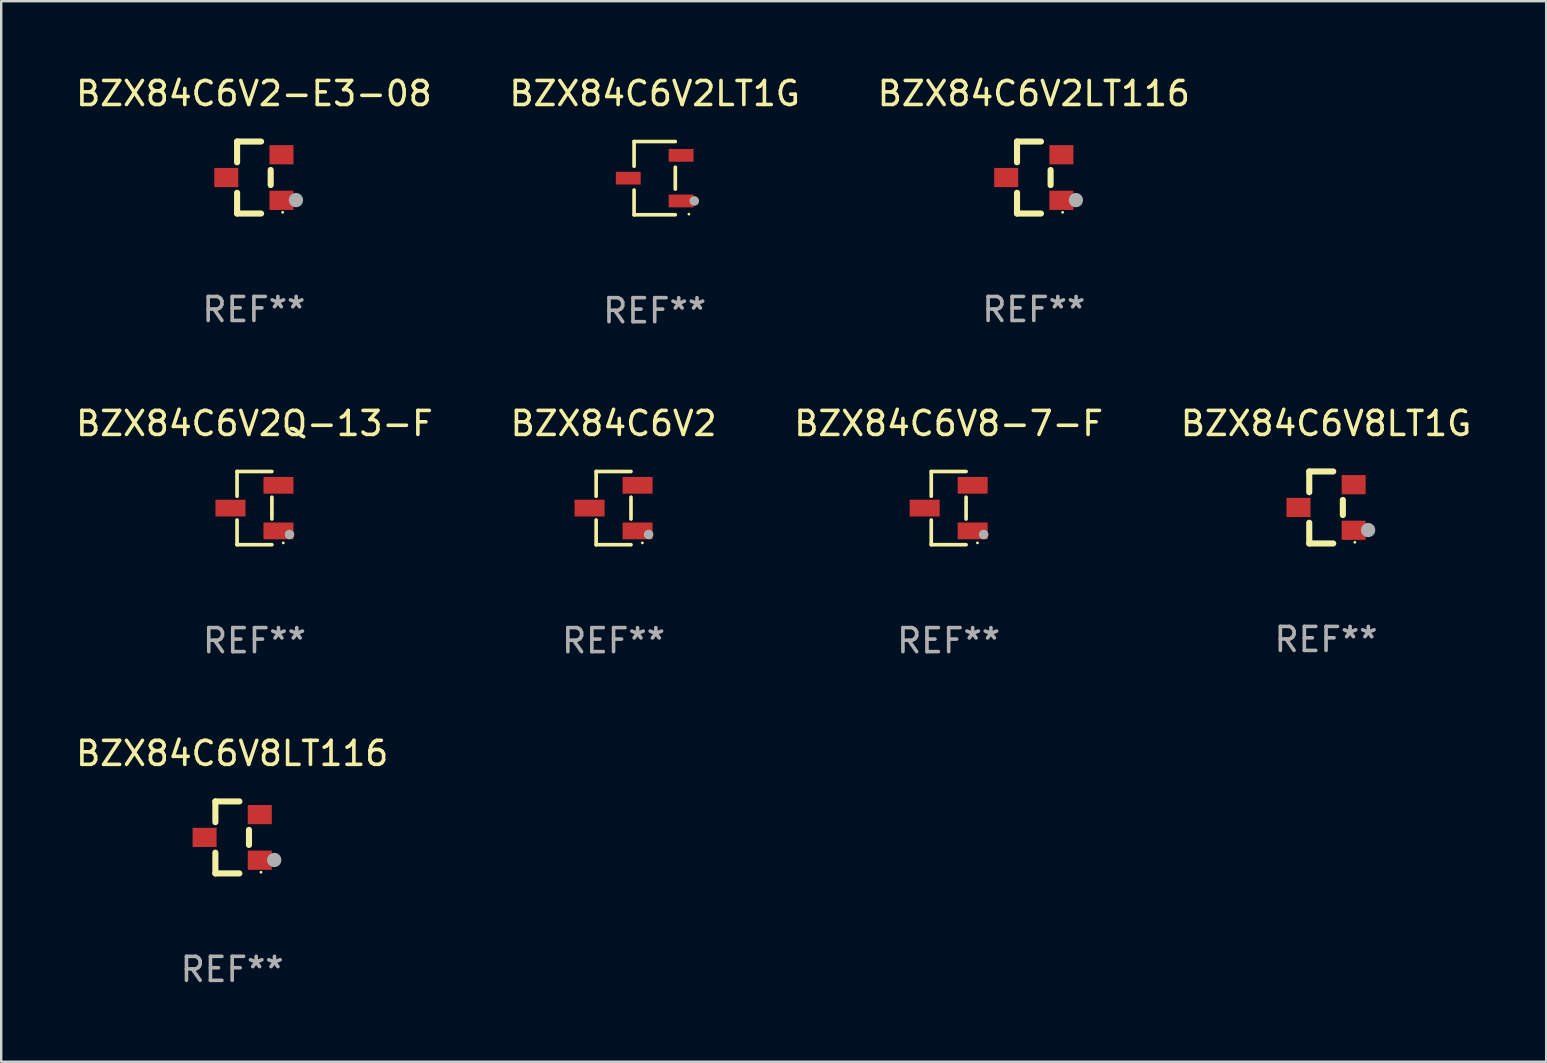
<source format=kicad_pcb>
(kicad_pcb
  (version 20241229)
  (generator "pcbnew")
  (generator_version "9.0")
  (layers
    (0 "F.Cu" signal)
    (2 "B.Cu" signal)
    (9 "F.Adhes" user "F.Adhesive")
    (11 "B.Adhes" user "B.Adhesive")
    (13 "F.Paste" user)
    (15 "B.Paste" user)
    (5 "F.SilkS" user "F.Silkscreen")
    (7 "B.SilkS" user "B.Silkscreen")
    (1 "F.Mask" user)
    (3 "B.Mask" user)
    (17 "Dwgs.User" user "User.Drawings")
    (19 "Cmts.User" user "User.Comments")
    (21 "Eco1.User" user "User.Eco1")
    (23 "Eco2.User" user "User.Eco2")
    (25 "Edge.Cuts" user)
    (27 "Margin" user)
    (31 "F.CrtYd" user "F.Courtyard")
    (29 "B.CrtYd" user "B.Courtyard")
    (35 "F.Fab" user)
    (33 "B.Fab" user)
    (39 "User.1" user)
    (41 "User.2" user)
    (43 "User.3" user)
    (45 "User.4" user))
  (footprint "BZX84C6V2-E3-08"
    (layer "F.Cu")
    (at 7.53 4.348)
    (property "Reference" "BZX84C6V2-E3-08" (at 0 -3.5 0) (layer "F.SilkS") (effects (font (size 1 1) (thickness 0.15))))
    (attr through_hole)
    (fp_line (start -0.7 -1.5) (end 0.3 -1.5) (stroke (width 0.254) (type solid)) (layer "F.SilkS"))
    (fp_line (start -0.7 -0.636) (end -0.7 -1.5) (stroke (width 0.254) (type solid)) (layer "F.SilkS"))
    (fp_line (start -0.7 1.5) (end -0.7 0.636) (stroke (width 0.254) (type solid)) (layer "F.SilkS"))
    (fp_line (start -0.7 1.5) (end 0.3 1.5) (stroke (width 0.254) (type solid)) (layer "F.SilkS"))
    (fp_line (start 0.7 0.314) (end 0.7 -0.314) (stroke (width 0.254) (type solid)) (layer "F.SilkS"))
    (fp_circle (center 1.2 1.45) (end 1.23 1.45) (stroke (width 0.06) (type solid)) (fill no) (layer "F.SilkS"))
    (fp_circle (center 1.753 0.94) (end 1.903 0.94) (stroke (width 0.3) (type solid)) (fill no) (layer "F.Fab"))
    (fp_text user "REF**" (at 0 5.5 0) (layer "F.Fab") (effects (font (size 1 1) (thickness 0.15))))
    (pad "1" smd rect (at 1.15 0.95 180) (size 1 0.8) (layers "F.Cu" "F.Mask" "F.Paste"))
    (pad "2" smd rect (at 1.15 -0.95 180) (size 1 0.8) (layers "F.Cu" "F.Mask" "F.Paste"))
    (pad "3" smd rect (at -1.15 -0.000051 180) (size 1 0.8) (layers "F.Cu" "F.Mask" "F.Paste")))
  (footprint "BZX84C6V2LT1G"
    (layer "F.Cu")
    (at 24.232 4.374)
    (property "Reference" "BZX84C6V2LT1G" (at 0 -3.526 0) (layer "F.SilkS") (effects (font (size 1 1) (thickness 0.15))))
    (attr through_hole)
    (fp_line (start -0.859 -1.526) (end -0.859 -0.495) (stroke (width 0.152) (type solid)) (layer "F.SilkS"))
    (fp_line (start -0.859 1.526) (end -0.859 0.495) (stroke (width 0.152) (type solid)) (layer "F.SilkS"))
    (fp_line (start 0.859 -1.526) (end -0.859 -1.526) (stroke (width 0.152) (type solid)) (layer "F.SilkS"))
    (fp_line (start 0.859 -0.455) (end 0.859 0.455) (stroke (width 0.152) (type solid)) (layer "F.SilkS"))
    (fp_line (start 0.859 1.526) (end -0.859 1.526) (stroke (width 0.152) (type solid)) (layer "F.SilkS"))
    (fp_circle (center 1.425 1.5) (end 1.455 1.5) (stroke (width 0.06) (type solid)) (fill no) (layer "F.SilkS"))
    (fp_circle (center 1.65 0.95) (end 1.75 0.95) (stroke (width 0.2) (type solid)) (fill no) (layer "F.Fab"))
    (fp_text user "REF**" (at 0 5.526 0) (layer "F.Fab") (effects (font (size 1 1) (thickness 0.15))))
    (pad "1" smd rect (at 1.101 0.95) (size 1.037 0.532) (layers "F.Cu" "F.Mask" "F.Paste"))
    (pad "2" smd rect (at 1.101 -0.95) (size 1.037 0.532) (layers "F.Cu" "F.Mask" "F.Paste"))
    (pad "3" smd rect (at -1.101 0) (size 1.037 0.532) (layers "F.Cu" "F.Mask" "F.Paste")))
  (footprint "BZX84C6V8-7-F"
    (layer "F.Cu")
    (at 36.482 18.123)
    (property "Reference" "BZX84C6V8-7-F" (at 0 -3.526 0) (layer "F.SilkS") (effects (font (size 1 1) (thickness 0.15))))
    (attr through_hole)
    (fp_line (start -0.726 -1.526) (end -0.726 -0.495) (stroke (width 0.152) (type solid)) (layer "F.SilkS"))
    (fp_line (start -0.726 1.526) (end -0.726 0.495) (stroke (width 0.152) (type solid)) (layer "F.SilkS"))
    (fp_line (start 0.726 -1.526) (end -0.726 -1.526) (stroke (width 0.152) (type solid)) (layer "F.SilkS"))
    (fp_line (start 0.726 -0.455) (end 0.726 0.455) (stroke (width 0.152) (type solid)) (layer "F.SilkS"))
    (fp_line (start 0.726 1.526) (end -0.726 1.526) (stroke (width 0.152) (type solid)) (layer "F.SilkS"))
    (fp_circle (center 1.2 1.45) (end 1.23 1.45) (stroke (width 0.06) (type solid)) (fill no) (layer "F.SilkS"))
    (fp_circle (center 1.46 1.1) (end 1.56 1.1) (stroke (width 0.2) (type solid)) (fill no) (layer "F.Fab"))
    (fp_text user "REF**" (at 0 5.526 0) (layer "F.Fab") (effects (font (size 1 1) (thickness 0.15))))
    (pad "1" smd rect (at 1 0.95) (size 1.25 0.7) (layers "F.Cu" "F.Mask" "F.Paste"))
    (pad "2" smd rect (at 1 -0.95) (size 1.25 0.7) (layers "F.Cu" "F.Mask" "F.Paste"))
    (pad "3" smd rect (at -1 0) (size 1.25 0.7) (layers "F.Cu" "F.Mask" "F.Paste")))
  (footprint "BZX84C6V2LT116"
    (layer "F.Cu")
    (at 40.03 4.348)
    (property "Reference" "BZX84C6V2LT116" (at 0 -3.5 0) (layer "F.SilkS") (effects (font (size 1 1) (thickness 0.15))))
    (attr through_hole)
    (fp_line (start -0.7 -1.5) (end 0.3 -1.5) (stroke (width 0.254) (type solid)) (layer "F.SilkS"))
    (fp_line (start -0.7 -0.636) (end -0.7 -1.5) (stroke (width 0.254) (type solid)) (layer "F.SilkS"))
    (fp_line (start -0.7 1.5) (end -0.7 0.636) (stroke (width 0.254) (type solid)) (layer "F.SilkS"))
    (fp_line (start -0.7 1.5) (end 0.3 1.5) (stroke (width 0.254) (type solid)) (layer "F.SilkS"))
    (fp_line (start 0.7 0.314) (end 0.7 -0.314) (stroke (width 0.254) (type solid)) (layer "F.SilkS"))
    (fp_circle (center 1.2 1.45) (end 1.23 1.45) (stroke (width 0.06) (type solid)) (fill no) (layer "F.SilkS"))
    (fp_circle (center 1.753 0.94) (end 1.903 0.94) (stroke (width 0.3) (type solid)) (fill no) (layer "F.Fab"))
    (fp_text user "REF**" (at 0 5.5 0) (layer "F.Fab") (effects (font (size 1 1) (thickness 0.15))))
    (pad "1" smd rect (at 1.15 0.95 180) (size 1 0.8) (layers "F.Cu" "F.Mask" "F.Paste"))
    (pad "2" smd rect (at 1.15 -0.95 180) (size 1 0.8) (layers "F.Cu" "F.Mask" "F.Paste"))
    (pad "3" smd rect (at -1.15 -0.000051 180) (size 1 0.8) (layers "F.Cu" "F.Mask" "F.Paste")))
  (footprint "BZX84C6V2Q-13-F"
    (layer "F.Cu")
    (at 7.554 18.123)
    (property "Reference" "BZX84C6V2Q-13-F" (at 0 -3.526 0) (layer "F.SilkS") (effects (font (size 1 1) (thickness 0.15))))
    (attr through_hole)
    (fp_line (start -0.726 -1.526) (end -0.726 -0.495) (stroke (width 0.152) (type solid)) (layer "F.SilkS"))
    (fp_line (start -0.726 1.526) (end -0.726 0.495) (stroke (width 0.152) (type solid)) (layer "F.SilkS"))
    (fp_line (start 0.726 -1.526) (end -0.726 -1.526) (stroke (width 0.152) (type solid)) (layer "F.SilkS"))
    (fp_line (start 0.726 -0.455) (end 0.726 0.455) (stroke (width 0.152) (type solid)) (layer "F.SilkS"))
    (fp_line (start 0.726 1.526) (end -0.726 1.526) (stroke (width 0.152) (type solid)) (layer "F.SilkS"))
    (fp_circle (center 1.2 1.45) (end 1.23 1.45) (stroke (width 0.06) (type solid)) (fill no) (layer "F.SilkS"))
    (fp_circle (center 1.46 1.1) (end 1.56 1.1) (stroke (width 0.2) (type solid)) (fill no) (layer "F.Fab"))
    (fp_text user "REF**" (at 0 5.526 0) (layer "F.Fab") (effects (font (size 1 1) (thickness 0.15))))
    (pad "1" smd rect (at 1 0.95) (size 1.25 0.7) (layers "F.Cu" "F.Mask" "F.Paste"))
    (pad "2" smd rect (at 1 -0.95) (size 1.25 0.7) (layers "F.Cu" "F.Mask" "F.Paste"))
    (pad "3" smd rect (at -1 0) (size 1.25 0.7) (layers "F.Cu" "F.Mask" "F.Paste")))
  (footprint "BZX84C6V8LT116"
    (layer "F.Cu")
    (at 6.625 31.846)
    (property "Reference" "BZX84C6V8LT116" (at 0 -3.5 0) (layer "F.SilkS") (effects (font (size 1 1) (thickness 0.15))))
    (attr through_hole)
    (fp_line (start -0.7 -1.5) (end 0.3 -1.5) (stroke (width 0.254) (type solid)) (layer "F.SilkS"))
    (fp_line (start -0.7 -0.636) (end -0.7 -1.5) (stroke (width 0.254) (type solid)) (layer "F.SilkS"))
    (fp_line (start -0.7 1.5) (end -0.7 0.636) (stroke (width 0.254) (type solid)) (layer "F.SilkS"))
    (fp_line (start -0.7 1.5) (end 0.3 1.5) (stroke (width 0.254) (type solid)) (layer "F.SilkS"))
    (fp_line (start 0.7 0.314) (end 0.7 -0.314) (stroke (width 0.254) (type solid)) (layer "F.SilkS"))
    (fp_circle (center 1.2 1.45) (end 1.23 1.45) (stroke (width 0.06) (type solid)) (fill no) (layer "F.SilkS"))
    (fp_circle (center 1.753 0.94) (end 1.903 0.94) (stroke (width 0.3) (type solid)) (fill no) (layer "F.Fab"))
    (fp_text user "REF**" (at 0 5.5 0) (layer "F.Fab") (effects (font (size 1 1) (thickness 0.15))))
    (pad "1" smd rect (at 1.15 0.95 180) (size 1 0.8) (layers "F.Cu" "F.Mask" "F.Paste"))
    (pad "2" smd rect (at 1.15 -0.95 180) (size 1 0.8) (layers "F.Cu" "F.Mask" "F.Paste"))
    (pad "3" smd rect (at -1.15 -0.000051 180) (size 1 0.8) (layers "F.Cu" "F.Mask" "F.Paste")))
  (footprint "BZX84C6V8LT1G"
    (layer "F.Cu")
    (at 52.208 18.097)
    (property "Reference" "BZX84C6V8LT1G" (at 0 -3.5 0) (layer "F.SilkS") (effects (font (size 1 1) (thickness 0.15))))
    (attr through_hole)
    (fp_line (start -0.7 -1.5) (end 0.3 -1.5) (stroke (width 0.254) (type solid)) (layer "F.SilkS"))
    (fp_line (start -0.7 -0.636) (end -0.7 -1.5) (stroke (width 0.254) (type solid)) (layer "F.SilkS"))
    (fp_line (start -0.7 1.5) (end -0.7 0.636) (stroke (width 0.254) (type solid)) (layer "F.SilkS"))
    (fp_line (start -0.7 1.5) (end 0.3 1.5) (stroke (width 0.254) (type solid)) (layer "F.SilkS"))
    (fp_line (start 0.7 0.314) (end 0.7 -0.314) (stroke (width 0.254) (type solid)) (layer "F.SilkS"))
    (fp_circle (center 1.2 1.45) (end 1.23 1.45) (stroke (width 0.06) (type solid)) (fill no) (layer "F.SilkS"))
    (fp_circle (center 1.753 0.94) (end 1.903 0.94) (stroke (width 0.3) (type solid)) (fill no) (layer "F.Fab"))
    (fp_text user "REF**" (at 0 5.5 0) (layer "F.Fab") (effects (font (size 1 1) (thickness 0.15))))
    (pad "1" smd rect (at 1.15 0.95 180) (size 1 0.8) (layers "F.Cu" "F.Mask" "F.Paste"))
    (pad "2" smd rect (at 1.15 -0.95 180) (size 1 0.8) (layers "F.Cu" "F.Mask" "F.Paste"))
    (pad "3" smd rect (at -1.15 -0.000051 180) (size 1 0.8) (layers "F.Cu" "F.Mask" "F.Paste")))
  (footprint "BZX84C6V2"
    (layer "F.Cu")
    (at 22.518 18.123)
    (property "Reference" "BZX84C6V2" (at 0 -3.526 0) (layer "F.SilkS") (effects (font (size 1 1) (thickness 0.15))))
    (attr through_hole)
    (fp_line (start -0.726 -1.526) (end -0.726 -0.495) (stroke (width 0.152) (type solid)) (layer "F.SilkS"))
    (fp_line (start -0.726 1.526) (end -0.726 0.495) (stroke (width 0.152) (type solid)) (layer "F.SilkS"))
    (fp_line (start 0.726 -1.526) (end -0.726 -1.526) (stroke (width 0.152) (type solid)) (layer "F.SilkS"))
    (fp_line (start 0.726 -0.455) (end 0.726 0.455) (stroke (width 0.152) (type solid)) (layer "F.SilkS"))
    (fp_line (start 0.726 1.526) (end -0.726 1.526) (stroke (width 0.152) (type solid)) (layer "F.SilkS"))
    (fp_circle (center 1.2 1.45) (end 1.23 1.45) (stroke (width 0.06) (type solid)) (fill no) (layer "F.SilkS"))
    (fp_circle (center 1.46 1.1) (end 1.56 1.1) (stroke (width 0.2) (type solid)) (fill no) (layer "F.Fab"))
    (fp_text user "REF**" (at 0 5.526 0) (layer "F.Fab") (effects (font (size 1 1) (thickness 0.15))))
    (pad "1" smd rect (at 1 0.95) (size 1.25 0.7) (layers "F.Cu" "F.Mask" "F.Paste"))
    (pad "2" smd rect (at 1 -0.95) (size 1.25 0.7) (layers "F.Cu" "F.Mask" "F.Paste"))
    (pad "3" smd rect (at -1 0) (size 1.25 0.7) (layers "F.Cu" "F.Mask" "F.Paste")))
  (gr_rect
    (start -3 -3)
    (end 61.381 41.194)
    (stroke (width 0.1) (type default))
    (fill no)
    (layer "Edge.Cuts")))
</source>
